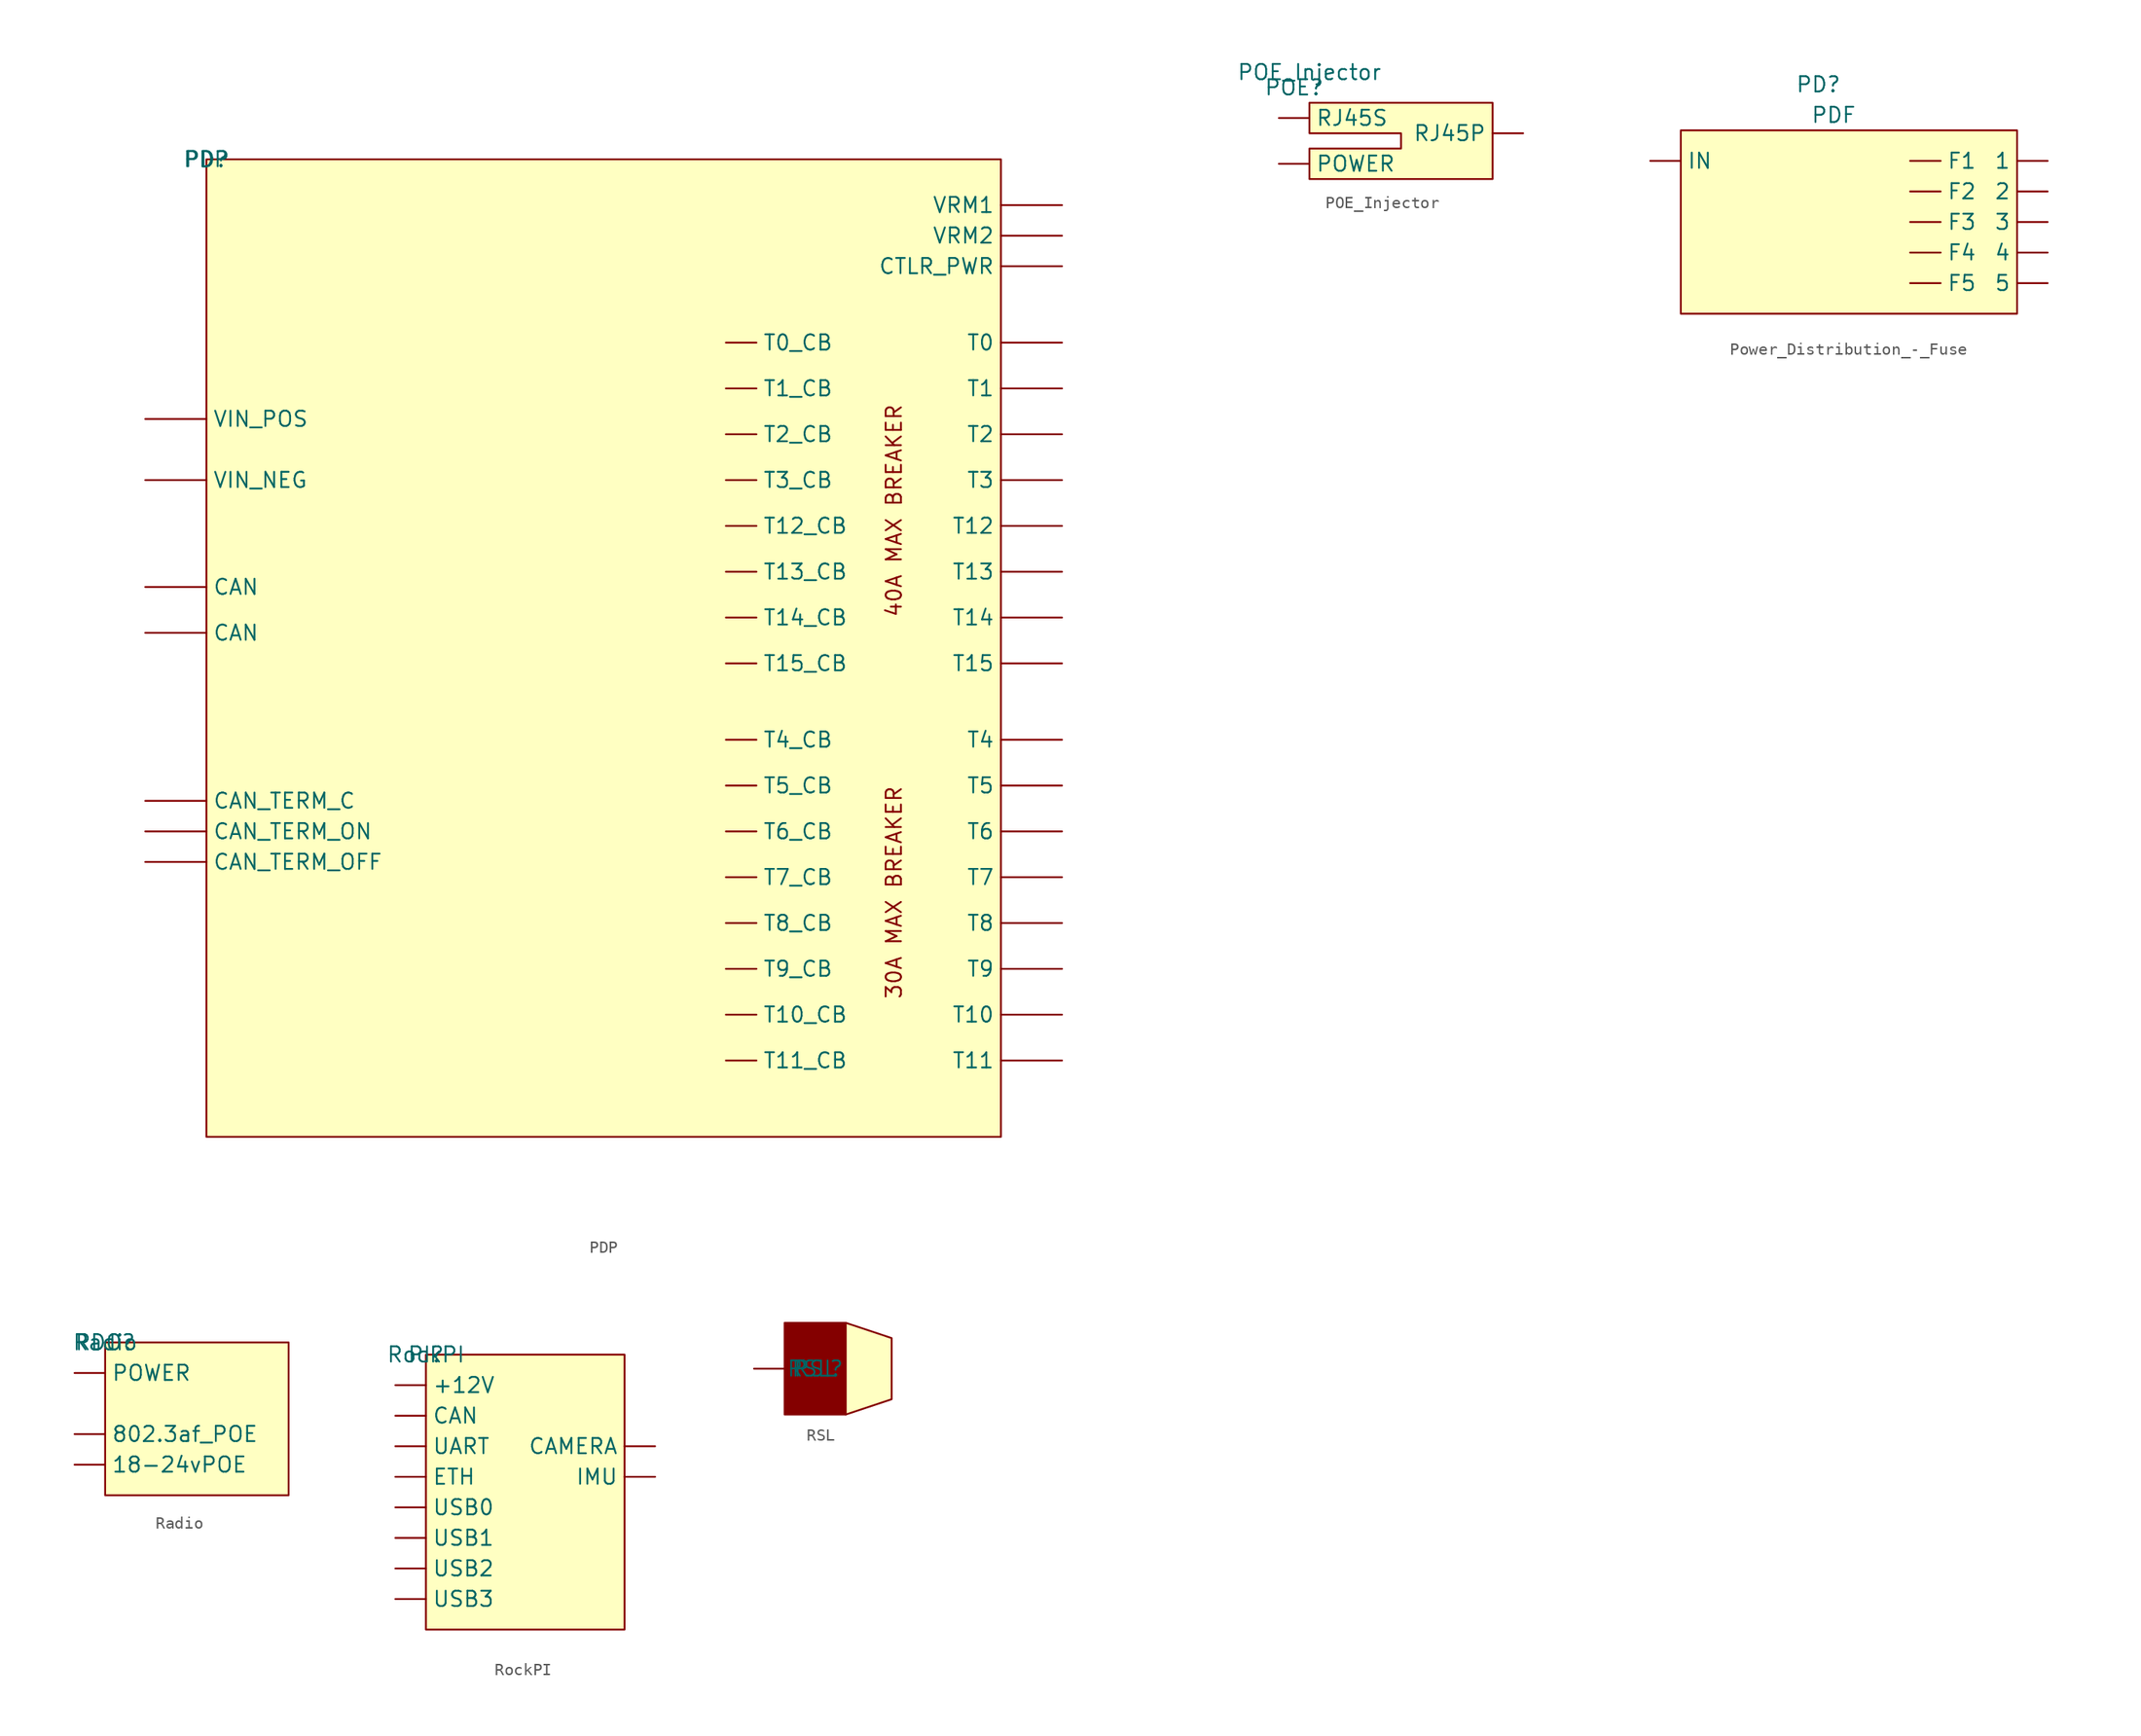
<source format=kicad_sym>
(kicad_symbol_lib
  (version 20220914)
  (generator kicad_symbol_editor)
  (symbol "PDP"
    (pin_numbers hide)
    (property "Reference" "PD"
      (at 0 0 0)
      (effects (font (size 1.27 1.27))))
    (property "Value" "PDP"
      (at 0 0 0)
      (effects (font (size 1.27 1.27))))
    (symbol "PDP_0_0"
      (text "30A MAX BREAKER" (at 57.15 -60.96 900) (effects (font (size 1.27 1.27))))
      (text "40A MAX BREAKER" (at 57.15 -29.21 900) (effects (font (size 1.27 1.27))))
      (pin unspecified line (at -5.08 -39.37 0) (length 5.08) (name "CAN" (effects (font (size 1.27 1.27)))) (number "CAN" (effects (font (size 1.27 1.27)))))
      (pin unspecified line (at -5.08 -35.56 0) (length 5.08) (name "CAN" (effects (font (size 1.27 1.27)))) (number "CAN" (effects (font (size 1.27 1.27)))))
      (pin unspecified line (at -5.08 -53.34 0) (length 5.08) (name "CAN_TERM_C" (effects (font (size 1.27 1.27)))) (number "CAN_TERM_C" (effects (font (size 1.27 1.27)))))
      (pin unspecified line (at -5.08 -58.42 0) (length 5.08) (name "CAN_TERM_OFF" (effects (font (size 1.27 1.27)))) (number "CAN_TERM_OFF" (effects (font (size 1.27 1.27)))))
      (pin unspecified line (at -5.08 -55.88 0) (length 5.08) (name "CAN_TERM_ON" (effects (font (size 1.27 1.27)))) (number "CAN_TERM_ON" (effects (font (size 1.27 1.27)))))
      (pin unspecified line (at 71.12 -8.89 180) (length 5.08) (name "CTLR_PWR" (effects (font (size 1.27 1.27)))) (number "CTLR_PWR" (effects (font (size 1.27 1.27)))))
      (pin unspecified line (at 71.12 -15.24 180) (length 5.08) (name "T0" (effects (font (size 1.27 1.27)))) (number "T0" (effects (font (size 1.27 1.27)))))
      (pin unspecified line (at 43.18 -15.24 0) (length 2.54) (name "T0_CB" (effects (font (size 1.27 1.27)))) (number "T0_CB+" (effects (font (size 1.27 1.27)))))
      (pin unspecified line (at 71.12 -19.05 180) (length 5.08) (name "T1" (effects (font (size 1.27 1.27)))) (number "T1" (effects (font (size 1.27 1.27)))))
      (pin unspecified line (at 71.12 -71.12 180) (length 5.08) (name "T10" (effects (font (size 1.27 1.27)))) (number "T10" (effects (font (size 1.27 1.27)))))
      (pin unspecified line (at 43.18 -71.12 0) (length 2.54) (name "T10_CB" (effects (font (size 1.27 1.27)))) (number "T10_CB+" (effects (font (size 1.27 1.27)))))
      (pin unspecified line (at 71.12 -74.93 180) (length 5.08) (name "T11" (effects (font (size 1.27 1.27)))) (number "T11" (effects (font (size 1.27 1.27)))))
      (pin unspecified line (at 43.18 -74.93 0) (length 2.54) (name "T11_CB" (effects (font (size 1.27 1.27)))) (number "T11_CB+" (effects (font (size 1.27 1.27)))))
      (pin unspecified line (at 71.12 -30.48 180) (length 5.08) (name "T12" (effects (font (size 1.27 1.27)))) (number "T12" (effects (font (size 1.27 1.27)))))
      (pin unspecified line (at 43.18 -30.48 0) (length 2.54) (name "T12_CB" (effects (font (size 1.27 1.27)))) (number "T12_CB+" (effects (font (size 1.27 1.27)))))
      (pin unspecified line (at 71.12 -34.29 180) (length 5.08) (name "T13" (effects (font (size 1.27 1.27)))) (number "T13" (effects (font (size 1.27 1.27)))))
      (pin unspecified line (at 43.18 -34.29 0) (length 2.54) (name "T13_CB" (effects (font (size 1.27 1.27)))) (number "T13_CB+" (effects (font (size 1.27 1.27)))))
      (pin unspecified line (at 71.12 -38.1 180) (length 5.08) (name "T14" (effects (font (size 1.27 1.27)))) (number "T14" (effects (font (size 1.27 1.27)))))
      (pin unspecified line (at 43.18 -38.1 0) (length 2.54) (name "T14_CB" (effects (font (size 1.27 1.27)))) (number "T14_CB+" (effects (font (size 1.27 1.27)))))
      (pin unspecified line (at 71.12 -41.91 180) (length 5.08) (name "T15" (effects (font (size 1.27 1.27)))) (number "T15" (effects (font (size 1.27 1.27)))))
      (pin unspecified line (at 43.18 -41.91 0) (length 2.54) (name "T15_CB" (effects (font (size 1.27 1.27)))) (number "T15_CB+" (effects (font (size 1.27 1.27)))))
      (pin unspecified line (at 43.18 -19.05 0) (length 2.54) (name "T1_CB" (effects (font (size 1.27 1.27)))) (number "T1_CB+" (effects (font (size 1.27 1.27)))))
      (pin unspecified line (at 71.12 -22.86 180) (length 5.08) (name "T2" (effects (font (size 1.27 1.27)))) (number "T2" (effects (font (size 1.27 1.27)))))
      (pin unspecified line (at 43.18 -22.86 0) (length 2.54) (name "T2_CB" (effects (font (size 1.27 1.27)))) (number "T2_CB+" (effects (font (size 1.27 1.27)))))
      (pin unspecified line (at 71.12 -26.67 180) (length 5.08) (name "T3" (effects (font (size 1.27 1.27)))) (number "T3" (effects (font (size 1.27 1.27)))))
      (pin unspecified line (at 43.18 -26.67 0) (length 2.54) (name "T3_CB" (effects (font (size 1.27 1.27)))) (number "T3_CB+" (effects (font (size 1.27 1.27)))))
      (pin unspecified line (at 71.12 -48.26 180) (length 5.08) (name "T4" (effects (font (size 1.27 1.27)))) (number "T4" (effects (font (size 1.27 1.27)))))
      (pin unspecified line (at 43.18 -48.26 0) (length 2.54) (name "T4_CB" (effects (font (size 1.27 1.27)))) (number "T4_CB+" (effects (font (size 1.27 1.27)))))
      (pin unspecified line (at 71.12 -52.07 180) (length 5.08) (name "T5" (effects (font (size 1.27 1.27)))) (number "T5" (effects (font (size 1.27 1.27)))))
      (pin unspecified line (at 43.18 -52.07 0) (length 2.54) (name "T5_CB" (effects (font (size 1.27 1.27)))) (number "T5_CB+" (effects (font (size 1.27 1.27)))))
      (pin unspecified line (at 71.12 -55.88 180) (length 5.08) (name "T6" (effects (font (size 1.27 1.27)))) (number "T6" (effects (font (size 1.27 1.27)))))
      (pin unspecified line (at 43.18 -55.88 0) (length 2.54) (name "T6_CB" (effects (font (size 1.27 1.27)))) (number "T6_CB+" (effects (font (size 1.27 1.27)))))
      (pin unspecified line (at 71.12 -59.69 180) (length 5.08) (name "T7" (effects (font (size 1.27 1.27)))) (number "T7" (effects (font (size 1.27 1.27)))))
      (pin unspecified line (at 43.18 -59.69 0) (length 2.54) (name "T7_CB" (effects (font (size 1.27 1.27)))) (number "T7_CB+" (effects (font (size 1.27 1.27)))))
      (pin unspecified line (at 71.12 -63.5 180) (length 5.08) (name "T8" (effects (font (size 1.27 1.27)))) (number "T8" (effects (font (size 1.27 1.27)))))
      (pin unspecified line (at 43.18 -63.5 0) (length 2.54) (name "T8_CB" (effects (font (size 1.27 1.27)))) (number "T8_CB+" (effects (font (size 1.27 1.27)))))
      (pin unspecified line (at 71.12 -67.31 180) (length 5.08) (name "T9" (effects (font (size 1.27 1.27)))) (number "T9" (effects (font (size 1.27 1.27)))))
      (pin unspecified line (at 43.18 -67.31 0) (length 2.54) (name "T9_CB" (effects (font (size 1.27 1.27)))) (number "T9_CB+" (effects (font (size 1.27 1.27)))))
      (pin unspecified line (at -5.08 -26.67 0) (length 5.08) (name "VIN_NEG" (effects (font (size 1.27 1.27)))) (number "VIN_NEG" (effects (font (size 1.27 1.27)))))
      (pin unspecified line (at -5.08 -21.59 0) (length 5.08) (name "VIN_POS" (effects (font (size 1.27 1.27)))) (number "VIN_POS" (effects (font (size 1.27 1.27)))))
      (pin unspecified line (at 71.12 -3.81 180) (length 5.08) (name "VRM1" (effects (font (size 1.27 1.27)))) (number "VRM1" (effects (font (size 1.27 1.27)))))
      (pin unspecified line (at 71.12 -6.35 180) (length 5.08) (name "VRM2" (effects (font (size 1.27 1.27)))) (number "VRM2" (effects (font (size 1.27 1.27))))))
    (symbol "PDP_0_1"
      (rectangle (start 0 0) (end 66.04 -81.28) (stroke (width 0) (type default)) (fill (type background)))))
  (symbol "POE_Injector"
    (property "Reference" "POE"
      (at -1.27 1.27 0)
      (effects (font (size 1.27 1.27))))
    (property "Value" "POE_Injector"
      (at 0 2.54 0)
      (effects (font (size 1.27 1.27))))
    (symbol "POE_Injector_0_0"
      (pin unspecified line (at -2.54 -5.08 0) (length 2.54) (name "POWER" (effects (font (size 1.27 1.27)))) (number "" (effects (font (size 1.27 1.27)))))
      (pin unspecified line (at 17.78 -2.54 180) (length 2.54) (name "RJ45P" (effects (font (size 1.27 1.27)))) (number "" (effects (font (size 1.27 1.27)))))
      (pin unspecified line (at -2.54 -1.27 0) (length 2.54) (name "RJ45S" (effects (font (size 1.27 1.27)))) (number "" (effects (font (size 1.27 1.27))))))
    (symbol "POE_Injector_0_1"
      (polyline (pts (xy 15.24 0) (xy 0 0) (xy 0 -2.54) (xy 7.62 -2.54) (xy 7.62 -3.81) (xy 0 -3.81) (xy 0 -6.35) (xy 15.24 -6.35) (xy 15.24 0)) (stroke (width 0) (type default)) (fill (type background)))))
  (symbol "Power_Distribution_-_Fuse"
    (property "Reference" "PD"
      (at -2.54 3.81 0)
      (effects (font (size 1.27 1.27))))
    (property "Value" "PDF"
      (at -1.27 1.27 0)
      (effects (font (size 1.27 1.27))))
    (symbol "Power_Distribution_-_Fuse_1_1"
      (rectangle (start -13.97 0) (end 13.97 -15.24) (stroke (width 0) (type default)) (fill (type background)))
      (pin input line (at 16.51 -2.54 180) (length 2.54) (name "1" (effects (font (size 1.27 1.27)))) (number "" (effects (font (size 1.27 1.27)))))
      (pin input line (at 16.51 -5.08 180) (length 2.54) (name "2" (effects (font (size 1.27 1.27)))) (number "" (effects (font (size 1.27 1.27)))))
      (pin input line (at 16.51 -7.62 180) (length 2.54) (name "3" (effects (font (size 1.27 1.27)))) (number "" (effects (font (size 1.27 1.27)))))
      (pin input line (at 16.51 -10.16 180) (length 2.54) (name "4" (effects (font (size 1.27 1.27)))) (number "" (effects (font (size 1.27 1.27)))))
      (pin input line (at 16.51 -12.7 180) (length 2.54) (name "5" (effects (font (size 1.27 1.27)))) (number "" (effects (font (size 1.27 1.27)))))
      (pin input line (at 5.08 -2.54 0) (length 2.54) (name "F1" (effects (font (size 1.27 1.27)))) (number "" (effects (font (size 1.27 1.27)))))
      (pin input line (at 5.08 -5.08 0) (length 2.54) (name "F2" (effects (font (size 1.27 1.27)))) (number "" (effects (font (size 1.27 1.27)))))
      (pin input line (at 5.08 -7.62 0) (length 2.54) (name "F3" (effects (font (size 1.27 1.27)))) (number "" (effects (font (size 1.27 1.27)))))
      (pin input line (at 5.08 -10.16 0) (length 2.54) (name "F4" (effects (font (size 1.27 1.27)))) (number "" (effects (font (size 1.27 1.27)))))
      (pin input line (at 5.08 -12.7 0) (length 2.54) (name "F5" (effects (font (size 1.27 1.27)))) (number "" (effects (font (size 1.27 1.27)))))
      (pin input line (at -16.51 -2.54 0) (length 2.54) (name "IN" (effects (font (size 1.27 1.27)))) (number "" (effects (font (size 1.27 1.27)))))))
  (symbol "Radio"
    (property "Reference" "RDO"
      (at 0 0 0)
      (effects (font (size 1.27 1.27))))
    (property "Value" "Radio"
      (at 0 0 0)
      (effects (font (size 1.27 1.27))))
    (symbol "Radio_0_0"
      (pin unspecified line (at -2.54 -10.16 0) (length 2.54) (name "18-24vPOE" (effects (font (size 1.27 1.27)))) (number "" (effects (font (size 1.27 1.27)))))
      (pin unspecified line (at -2.54 -7.62 0) (length 2.54) (name "802.3af_POE" (effects (font (size 1.27 1.27)))) (number "" (effects (font (size 1.27 1.27)))))
      (pin unspecified line (at -2.54 -2.54 0) (length 2.54) (name "POWER" (effects (font (size 1.27 1.27)))) (number "" (effects (font (size 1.27 1.27))))))
    (symbol "Radio_0_1"
      (rectangle (start 0 0) (end 15.24 -12.7) (stroke (width 0) (type default)) (fill (type background)))))
  (symbol "RockPI"
    (property "Reference" "PI"
      (at 0 0 0)
      (effects (font (size 1.27 1.27))))
    (property "Value" "RockPI"
      (at 0 0 0)
      (effects (font (size 1.27 1.27))))
    (symbol "RockPI_0_1"
      (rectangle (start 0 0) (end 16.51 -22.86) (stroke (width 0) (type default)) (fill (type background))))
    (symbol "RockPI_1_1"
      (pin input line (at -2.54 -2.54 0) (length 2.54) (name "+12V" (effects (font (size 1.27 1.27)))) (number "" (effects (font (size 1.27 1.27)))))
      (pin input line (at 19.05 -7.62 180) (length 2.54) (name "CAMERA" (effects (font (size 1.27 1.27)))) (number "" (effects (font (size 1.27 1.27)))))
      (pin input line (at -2.54 -5.08 0) (length 2.54) (name "CAN" (effects (font (size 1.27 1.27)))) (number "" (effects (font (size 1.27 1.27)))))
      (pin input line (at -2.54 -10.16 0) (length 2.54) (name "ETH" (effects (font (size 1.27 1.27)))) (number "" (effects (font (size 1.27 1.27)))))
      (pin input line (at 19.05 -10.16 180) (length 2.54) (name "IMU" (effects (font (size 1.27 1.27)))) (number "" (effects (font (size 1.27 1.27)))))
      (pin input line (at -2.54 -7.62 0) (length 2.54) (name "UART" (effects (font (size 1.27 1.27)))) (number "" (effects (font (size 1.27 1.27)))))
      (pin input line (at -2.54 -12.7 0) (length 2.54) (name "USB0" (effects (font (size 1.27 1.27)))) (number "" (effects (font (size 1.27 1.27)))))
      (pin input line (at -2.54 -15.24 0) (length 2.54) (name "USB1" (effects (font (size 1.27 1.27)))) (number "" (effects (font (size 1.27 1.27)))))
      (pin input line (at -2.54 -17.78 0) (length 2.54) (name "USB2" (effects (font (size 1.27 1.27)))) (number "" (effects (font (size 1.27 1.27)))))
      (pin input line (at -2.54 -20.32 0) (length 2.54) (name "USB3" (effects (font (size 1.27 1.27)))) (number "" (effects (font (size 1.27 1.27)))))))
  (symbol "RSL"
    (property "Reference" "RSL"
      (at 0 0 0)
      (effects (font (size 1.27 1.27))))
    (property "Value" "RSL"
      (at 0 0 0)
      (effects (font (size 1.27 1.27))))
    (symbol "RSL_0_1"
      (rectangle (start -2.54 3.81) (end 2.54 -3.81) (stroke (width 0) (type default)) (fill (type outline)))
      (polyline (pts (xy 2.54 -3.81) (xy 6.35 -2.54) (xy 6.35 2.54) (xy 2.54 3.81)) (stroke (width 0) (type default)) (fill (type background))))
    (symbol "RSL_1_1"
      (pin input line (at -5.08 0 0) (length 2.54) (name "P" (effects (font (size 1.27 1.27)))) (number "" (effects (font (size 1.27 1.27))))))))
</source>
